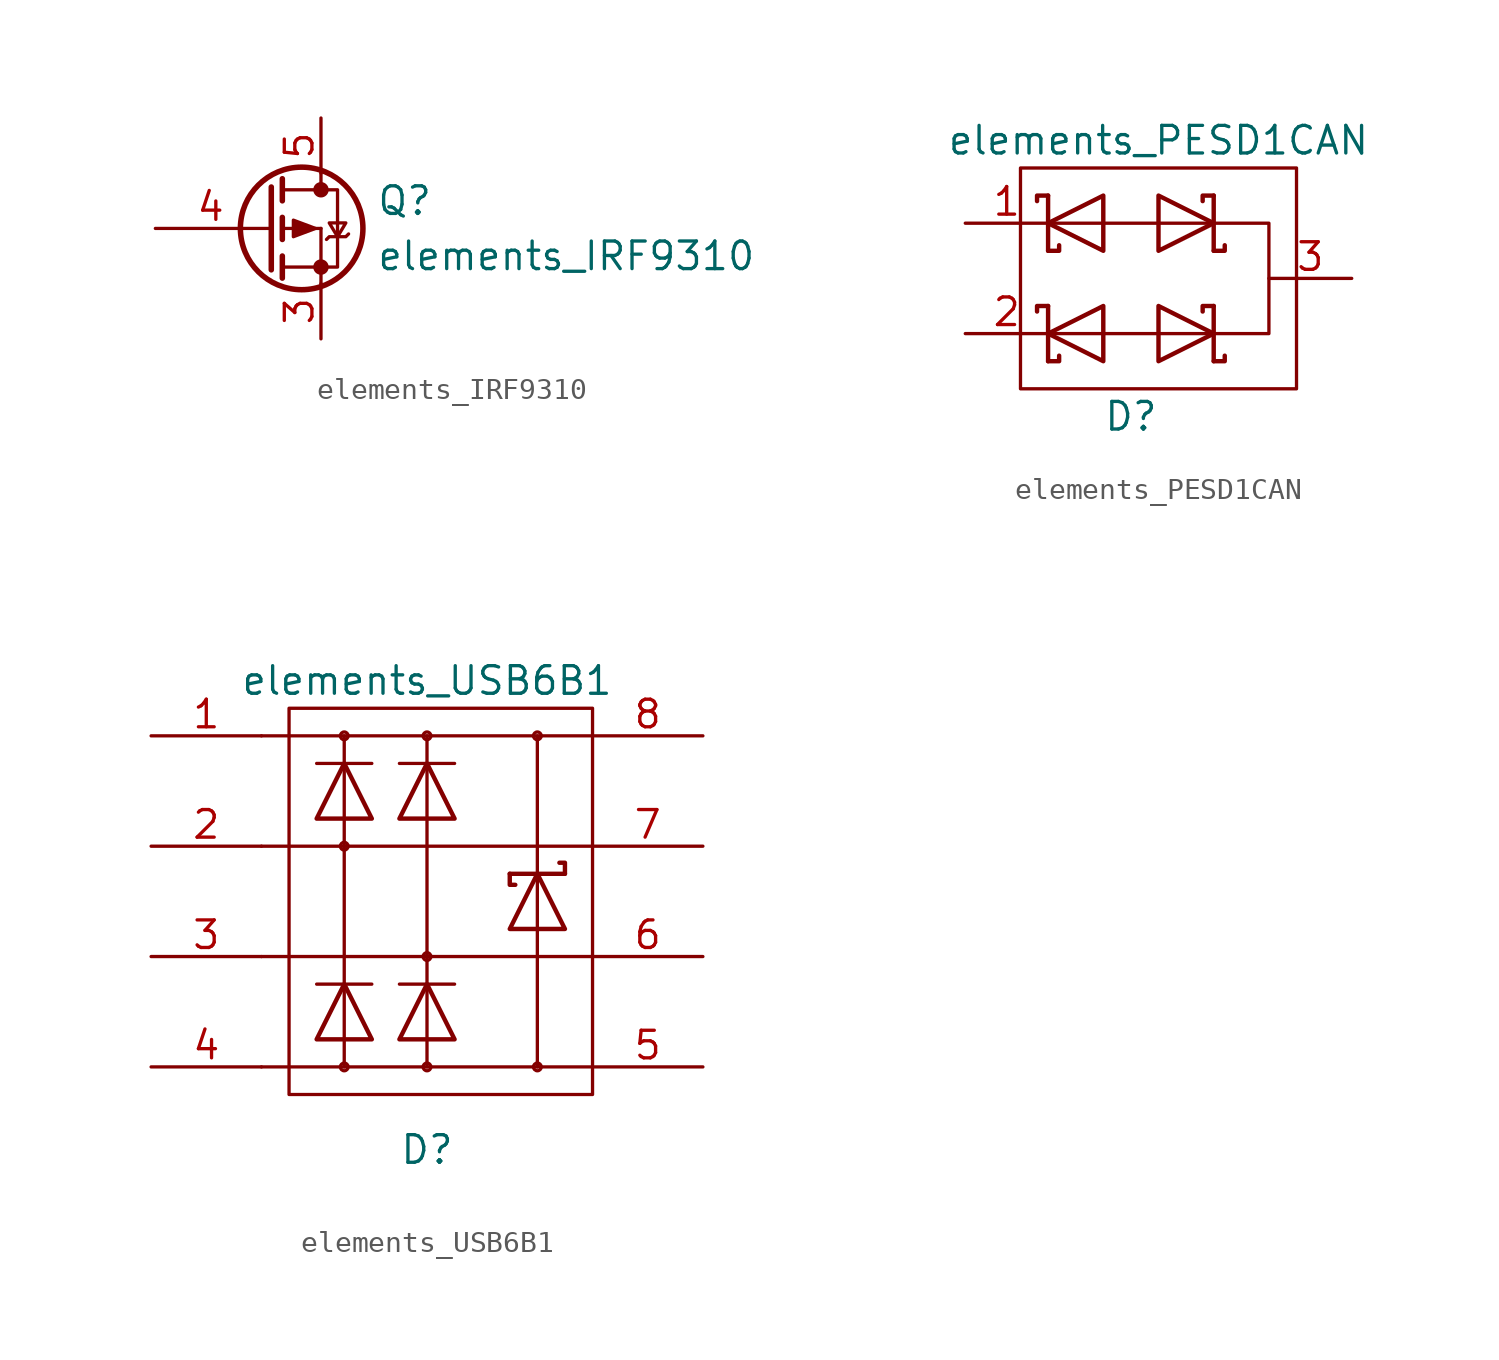
<source format=kicad_sym>
(kicad_symbol_lib
  (version 20211014)
  (generator kicad_symbol_editor)
  (symbol "elements_IRF9310"
    (pin_names
      (offset 0) hide)
    (property "Reference" "Q"
      (at 5.08 1.27 0)
      (effects (font (size 1.27 1.27)) (justify left)))
    (property "Value" "elements_IRF9310"
      (at 5.08 -1.27 0)
      (effects (font (size 1.27 1.27)) (justify left)))
    (symbol "elements_IRF9310_0_1"
      (polyline (pts (xy 0.051 0) (xy 0.254 0)) (stroke (width 0) (type default) (color 0 0 0 0)) (fill (type none)))
      (polyline (pts (xy 0.762 -1.778) (xy 2.54 -1.778)) (stroke (width 0) (type default) (color 0 0 0 0)) (fill (type none)))
      (polyline (pts (xy 0.762 -1.27) (xy 0.762 -2.286)) (stroke (width 0.254) (type default) (color 0 0 0 0)) (fill (type none)))
      (polyline (pts (xy 0.762 0) (xy 2.54 0)) (stroke (width 0) (type default) (color 0 0 0 0)) (fill (type none)))
      (polyline (pts (xy 0.762 0.508) (xy 0.762 -0.508)) (stroke (width 0.254) (type default) (color 0 0 0 0)) (fill (type none)))
      (polyline (pts (xy 0.762 1.778) (xy 2.54 1.778)) (stroke (width 0) (type default) (color 0 0 0 0)) (fill (type none)))
      (polyline (pts (xy 0.762 2.286) (xy 0.762 1.27)) (stroke (width 0.254) (type default) (color 0 0 0 0)) (fill (type none)))
      (polyline (pts (xy 2.54 -1.778) (xy 2.54 -2.54)) (stroke (width 0) (type default) (color 0 0 0 0)) (fill (type none)))
      (polyline (pts (xy 2.54 -1.778) (xy 2.54 0)) (stroke (width 0) (type default) (color 0 0 0 0)) (fill (type none)))
      (polyline (pts (xy 2.54 2.54) (xy 2.54 1.778)) (stroke (width 0) (type default) (color 0 0 0 0)) (fill (type none)))
      (polyline (pts (xy 0.254 1.905) (xy 0.254 -1.905) (xy 0.254 -1.905)) (stroke (width 0.254) (type default) (color 0 0 0 0)) (fill (type none)))
      (polyline (pts (xy 2.286 0) (xy 1.27 -0.381) (xy 1.27 0.381) (xy 2.286 0)) (stroke (width 0) (type default) (color 0 0 0 0)) (fill (type outline)))
      (polyline (pts (xy 2.54 -1.778) (xy 3.302 -1.778) (xy 3.302 1.778) (xy 2.54 1.778)) (stroke (width 0) (type default) (color 0 0 0 0)) (fill (type none)))
      (polyline (pts (xy 2.794 -0.508) (xy 2.921 -0.381) (xy 3.683 -0.381) (xy 3.81 -0.254)) (stroke (width 0) (type default) (color 0 0 0 0)) (fill (type none)))
      (polyline (pts (xy 3.302 -0.381) (xy 2.921 0.254) (xy 3.683 0.254) (xy 3.302 -0.381)) (stroke (width 0) (type default) (color 0 0 0 0)) (fill (type none)))
      (circle (center 1.651 0) (radius 2.819) (stroke (width 0.254) (type default) (color 0 0 0 0)) (fill (type none)))
      (circle (center 2.54 -1.778) (radius 0.279) (stroke (width 0) (type default) (color 0 0 0 0)) (fill (type outline)))
      (circle (center 2.54 1.778) (radius 0.279) (stroke (width 0) (type default) (color 0 0 0 0)) (fill (type outline))))
    (symbol "elements_IRF9310_1_1"
      (pin passive line (at 2.54 -5.08 90) (length 2.54) hide (name "S" (effects (font (size 1.27 1.27)))) (number "1" (effects (font (size 1.27 1.27)))))
      (pin passive line (at 2.54 -5.08 90) (length 2.54) hide (name "S" (effects (font (size 1.27 1.27)))) (number "2" (effects (font (size 1.27 1.27)))))
      (pin passive line (at 2.54 -5.08 90) (length 2.54) (name "S" (effects (font (size 1.27 1.27)))) (number "3" (effects (font (size 1.27 1.27)))))
      (pin input line (at -5.08 0 0) (length 5.08) (name "G" (effects (font (size 1.27 1.27)))) (number "4" (effects (font (size 1.27 1.27)))))
      (pin passive line (at 2.54 5.08 270) (length 2.54) (name "D" (effects (font (size 1.27 1.27)))) (number "5" (effects (font (size 1.27 1.27)))))
      (pin passive line (at 2.54 5.08 270) (length 2.54) hide (name "D" (effects (font (size 1.27 1.27)))) (number "6" (effects (font (size 1.27 1.27)))))
      (pin passive line (at 2.54 5.08 270) (length 2.54) hide (name "D" (effects (font (size 1.27 1.27)))) (number "7" (effects (font (size 1.27 1.27)))))
      (pin passive line (at 2.54 5.08 270) (length 2.54) hide (name "D" (effects (font (size 1.27 1.27)))) (number "8" (effects (font (size 1.27 1.27)))))))
  (symbol "elements_PESD1CAN"
    (pin_names
      (offset 0.762) hide)
    (property "Reference" "D"
      (at 0 -8.89 0)
      (effects (font (size 1.27 1.27))))
    (property "Value" "elements_PESD1CAN"
      (at 1.27 3.81 0)
      (effects (font (size 1.27 1.27))))
    (property "Footprint" ""
      (at 0 0 0)
      (effects (font (size 1.27 1.27))))
    (property "Datasheet" ""
      (at 0 0 0)
      (effects (font (size 1.27 1.27))))
    (symbol "elements_PESD1CAN_0_1"
      (rectangle (start -5.08 2.54) (end 7.62 -7.62) (stroke (width 0) (type default) (color 0 0 0 0)) (fill (type none)))
      (polyline (pts (xy -3.556 -5.08) (xy 3.81 -5.08)) (stroke (width 0) (type default) (color 0 0 0 0)) (fill (type none)))
      (polyline (pts (xy -3.556 0) (xy 3.81 0)) (stroke (width 0) (type default) (color 0 0 0 0)) (fill (type none)))
      (polyline (pts (xy -3.81 -3.81) (xy -3.81 -6.35) (xy -3.81 -6.35)) (stroke (width 0.203) (type default) (color 0 0 0 0)) (fill (type none)))
      (polyline (pts (xy -3.81 1.27) (xy -3.81 -1.27) (xy -3.81 -1.27)) (stroke (width 0.203) (type default) (color 0 0 0 0)) (fill (type none)))
      (polyline (pts (xy 3.81 -3.81) (xy 3.81 -6.35) (xy 3.81 -6.35)) (stroke (width 0.203) (type default) (color 0 0 0 0)) (fill (type none)))
      (polyline (pts (xy 3.81 1.27) (xy 3.81 -1.27) (xy 3.81 -1.27)) (stroke (width 0.203) (type default) (color 0 0 0 0)) (fill (type none)))
      (polyline (pts (xy -3.81 -3.81) (xy -4.318 -3.81) (xy -4.318 -4.064) (xy -4.318 -4.064)) (stroke (width 0.203) (type default) (color 0 0 0 0)) (fill (type none)))
      (polyline (pts (xy -3.81 1.27) (xy -4.318 1.27) (xy -4.318 1.016) (xy -4.318 1.016)) (stroke (width 0.203) (type default) (color 0 0 0 0)) (fill (type none)))
      (polyline (pts (xy 3.81 -6.35) (xy 4.318 -6.35) (xy 4.318 -6.096) (xy 4.318 -6.096)) (stroke (width 0.203) (type default) (color 0 0 0 0)) (fill (type none)))
      (polyline (pts (xy 3.81 -3.81) (xy 3.302 -3.81) (xy 3.302 -4.064) (xy 3.302 -4.064)) (stroke (width 0.203) (type default) (color 0 0 0 0)) (fill (type none)))
      (polyline (pts (xy 3.81 -1.27) (xy 4.318 -1.27) (xy 4.318 -1.016) (xy 4.318 -1.016)) (stroke (width 0.203) (type default) (color 0 0 0 0)) (fill (type none)))
      (polyline (pts (xy 3.81 0) (xy 6.35 0) (xy 6.35 -5.08) (xy 3.81 -5.08)) (stroke (width 0) (type default) (color 0 0 0 0)) (fill (type none)))
      (polyline (pts (xy 3.81 1.27) (xy 3.302 1.27) (xy 3.302 1.016) (xy 3.302 1.016)) (stroke (width 0.203) (type default) (color 0 0 0 0)) (fill (type none)))
      (polyline (pts (xy -3.302 -6.096) (xy -3.302 -6.35) (xy -3.81 -6.35) (xy -3.81 -6.35) (xy -3.81 -6.35)) (stroke (width 0.203) (type default) (color 0 0 0 0)) (fill (type none)))
      (polyline (pts (xy -3.302 -1.016) (xy -3.302 -1.27) (xy -3.81 -1.27) (xy -3.81 -1.27) (xy -3.81 -1.27)) (stroke (width 0.203) (type default) (color 0 0 0 0)) (fill (type none)))
      (polyline (pts (xy -1.27 -6.35) (xy -3.81 -5.08) (xy -1.27 -3.81) (xy -1.27 -6.35) (xy -1.27 -6.35) (xy -1.27 -6.35)) (stroke (width 0.203) (type default) (color 0 0 0 0)) (fill (type none)))
      (polyline (pts (xy -1.27 -1.27) (xy -3.81 0) (xy -1.27 1.27) (xy -1.27 -1.27) (xy -1.27 -1.27) (xy -1.27 -1.27)) (stroke (width 0.203) (type default) (color 0 0 0 0)) (fill (type none)))
      (polyline (pts (xy 1.27 -3.81) (xy 3.81 -5.08) (xy 1.27 -6.35) (xy 1.27 -3.81) (xy 1.27 -3.81) (xy 1.27 -3.81)) (stroke (width 0.203) (type default) (color 0 0 0 0)) (fill (type none)))
      (polyline (pts (xy 1.27 1.27) (xy 3.81 0) (xy 1.27 -1.27) (xy 1.27 1.27) (xy 1.27 1.27) (xy 1.27 1.27)) (stroke (width 0.203) (type default) (color 0 0 0 0)) (fill (type none)))
      (pin passive line (at -7.62 0 0) (length 3.81) (name "K" (effects (font (size 1.27 1.27)))) (number "1" (effects (font (size 1.27 1.27)))))
      (pin passive line (at -7.62 -5.08 0) (length 3.81) (name "K" (effects (font (size 1.27 1.27)))) (number "2" (effects (font (size 1.27 1.27)))))
      (pin passive line (at 10.16 -2.54 180) (length 3.81) (name "O" (effects (font (size 1.27 1.27)))) (number "3" (effects (font (size 1.27 1.27)))))))
  (symbol "elements_USB6B1"
    (pin_names
      (offset 0.762) hide)
    (property "Reference" "D"
      (at 0 -11.43 0)
      (effects (font (size 1.27 1.27))))
    (property "Value" "elements_USB6B1"
      (at 0 10.16 0)
      (effects (font (size 1.27 1.27))))
    (property "Footprint" ""
      (at 5.08 -2.54 90)
      (effects (font (size 1.27 1.27))))
    (property "Datasheet" ""
      (at 5.08 -2.54 90)
      (effects (font (size 1.27 1.27))))
    (symbol "elements_USB6B1_0_1"
      (rectangle (start -7.62 -2.54) (end 7.62 -2.54) (stroke (width 0) (type default) (color 0 0 0 0)) (fill (type none)))
      (rectangle (start -7.62 7.62) (end 7.62 7.62) (stroke (width 0) (type default) (color 0 0 0 0)) (fill (type none)))
      (rectangle (start -5.08 -3.81) (end -2.54 -3.81) (stroke (width 0) (type default) (color 0 0 0 0)) (fill (type none)))
      (rectangle (start -5.08 6.35) (end -2.54 6.35) (stroke (width 0) (type default) (color 0 0 0 0)) (fill (type none)))
      (circle (center -3.81 -7.62) (radius 0.178) (stroke (width 0) (type default) (color 0 0 0 0)) (fill (type none)))
      (circle (center -3.81 2.54) (radius 0.178) (stroke (width 0) (type default) (color 0 0 0 0)) (fill (type none)))
      (rectangle (start -3.81 7.62) (end -3.81 -7.62) (stroke (width 0) (type default) (color 0 0 0 0)) (fill (type none)))
      (circle (center -3.81 7.62) (radius 0.178) (stroke (width 0) (type default) (color 0 0 0 0)) (fill (type none)))
      (rectangle (start -1.27 -3.81) (end 1.27 -3.81) (stroke (width 0) (type default) (color 0 0 0 0)) (fill (type none)))
      (rectangle (start -1.27 6.35) (end 1.27 6.35) (stroke (width 0) (type default) (color 0 0 0 0)) (fill (type none)))
      (circle (center 0 -7.62) (radius 0.178) (stroke (width 0) (type default) (color 0 0 0 0)) (fill (type none)))
      (circle (center 0 -2.54) (radius 0.178) (stroke (width 0) (type default) (color 0 0 0 0)) (fill (type none)))
      (polyline (pts (xy 3.81 1.27) (xy 6.35 1.27) (xy 6.35 1.27)) (stroke (width 0.203) (type default) (color 0 0 0 0)) (fill (type none)))
      (polyline (pts (xy 3.81 1.27) (xy 3.81 0.762) (xy 4.064 0.762) (xy 4.064 0.762)) (stroke (width 0.203) (type default) (color 0 0 0 0)) (fill (type none)))
      (polyline (pts (xy 6.35 1.27) (xy 6.35 1.778) (xy 6.096 1.778) (xy 6.096 1.778)) (stroke (width 0.203) (type default) (color 0 0 0 0)) (fill (type none)))
      (polyline (pts (xy -6.35 8.89) (xy 7.62 8.89) (xy 7.62 -8.89) (xy -6.35 -8.89) (xy -6.35 8.89)) (stroke (width 0) (type default) (color 0 0 0 0)) (fill (type none)))
      (polyline (pts (xy -5.08 -6.35) (xy -3.81 -3.81) (xy -2.54 -6.35) (xy -5.08 -6.35) (xy -5.08 -6.35) (xy -5.08 -6.35)) (stroke (width 0.203) (type default) (color 0 0 0 0)) (fill (type none)))
      (polyline (pts (xy -5.08 3.81) (xy -3.81 6.35) (xy -2.54 3.81) (xy -5.08 3.81) (xy -5.08 3.81) (xy -5.08 3.81)) (stroke (width 0.203) (type default) (color 0 0 0 0)) (fill (type none)))
      (polyline (pts (xy -1.27 -6.35) (xy 0 -3.81) (xy 1.27 -6.35) (xy -1.27 -6.35) (xy -1.27 -6.35) (xy -1.27 -6.35)) (stroke (width 0.203) (type default) (color 0 0 0 0)) (fill (type none)))
      (polyline (pts (xy -1.27 3.81) (xy 0 6.35) (xy 1.27 3.81) (xy -1.27 3.81) (xy -1.27 3.81) (xy -1.27 3.81)) (stroke (width 0.203) (type default) (color 0 0 0 0)) (fill (type none)))
      (polyline (pts (xy 3.81 -1.27) (xy 5.08 1.27) (xy 6.35 -1.27) (xy 3.81 -1.27) (xy 3.81 -1.27) (xy 3.81 -1.27)) (stroke (width 0.203) (type default) (color 0 0 0 0)) (fill (type none)))
      (rectangle (start 0 7.62) (end 0 -7.62) (stroke (width 0) (type default) (color 0 0 0 0)) (fill (type none)))
      (circle (center 0 7.62) (radius 0.178) (stroke (width 0) (type default) (color 0 0 0 0)) (fill (type none)))
      (circle (center 5.08 -7.62) (radius 0.178) (stroke (width 0) (type default) (color 0 0 0 0)) (fill (type none)))
      (rectangle (start 5.08 7.62) (end 5.08 -7.62) (stroke (width 0) (type default) (color 0 0 0 0)) (fill (type none)))
      (circle (center 5.08 7.62) (radius 0.178) (stroke (width 0) (type default) (color 0 0 0 0)) (fill (type none)))
      (rectangle (start 7.62 -7.62) (end -7.62 -7.62) (stroke (width 0) (type default) (color 0 0 0 0)) (fill (type none)))
      (rectangle (start 7.62 2.54) (end -7.62 2.54) (stroke (width 0) (type default) (color 0 0 0 0)) (fill (type none))))
    (symbol "elements_USB6B1_1_1"
      (pin passive line (at -12.7 7.62 0) (length 5.08) (name "VCC" (effects (font (size 1.27 1.27)))) (number "1" (effects (font (size 1.27 1.27)))))
      (pin passive line (at -12.7 2.54 0) (length 5.08) (name "I/O1" (effects (font (size 1.27 1.27)))) (number "2" (effects (font (size 1.27 1.27)))))
      (pin passive line (at -12.7 -2.54 0) (length 5.08) (name "I/O2" (effects (font (size 1.27 1.27)))) (number "3" (effects (font (size 1.27 1.27)))))
      (pin passive line (at -12.7 -7.62 0) (length 5.08) (name "GND" (effects (font (size 1.27 1.27)))) (number "4" (effects (font (size 1.27 1.27)))))
      (pin passive line (at 12.7 -7.62 180) (length 5.08) (name "GND" (effects (font (size 1.27 1.27)))) (number "5" (effects (font (size 1.27 1.27)))))
      (pin passive line (at 12.7 -2.54 180) (length 5.08) (name "I/O2" (effects (font (size 1.27 1.27)))) (number "6" (effects (font (size 1.27 1.27)))))
      (pin passive line (at 12.7 2.54 180) (length 5.08) (name "I/O1" (effects (font (size 1.27 1.27)))) (number "7" (effects (font (size 1.27 1.27)))))
      (pin passive line (at 12.7 7.62 180) (length 5.08) (name "VCC" (effects (font (size 1.27 1.27)))) (number "8" (effects (font (size 1.27 1.27))))))))
</source>
